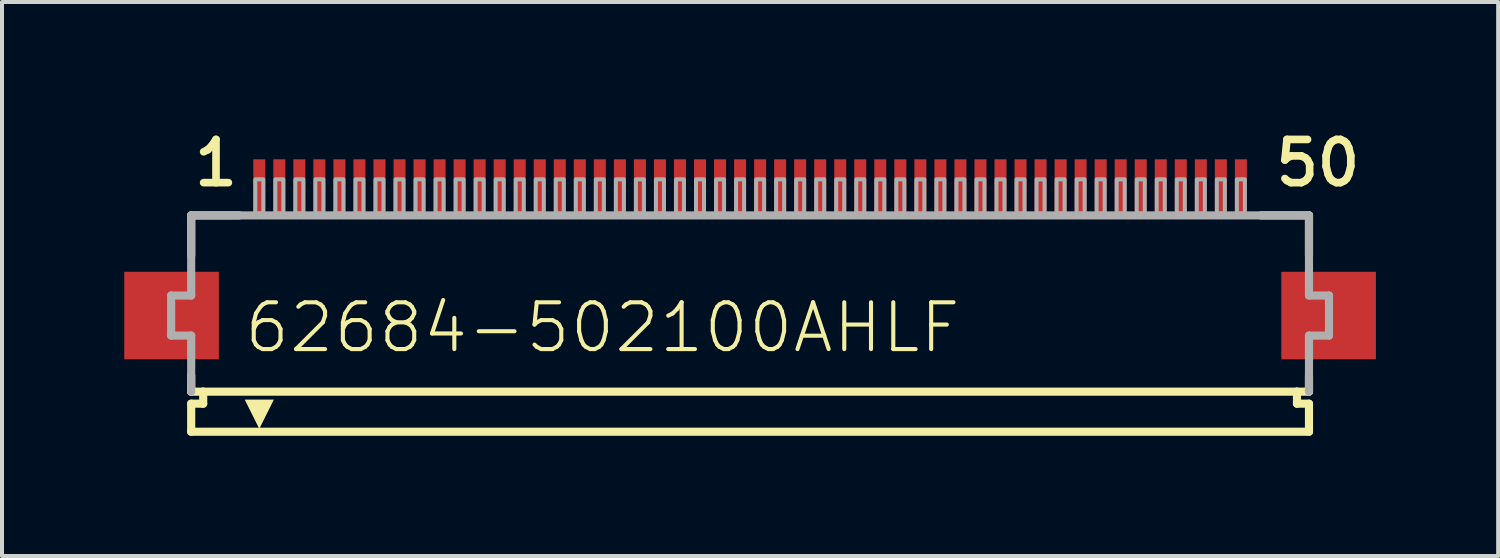
<source format=kicad_pcb>
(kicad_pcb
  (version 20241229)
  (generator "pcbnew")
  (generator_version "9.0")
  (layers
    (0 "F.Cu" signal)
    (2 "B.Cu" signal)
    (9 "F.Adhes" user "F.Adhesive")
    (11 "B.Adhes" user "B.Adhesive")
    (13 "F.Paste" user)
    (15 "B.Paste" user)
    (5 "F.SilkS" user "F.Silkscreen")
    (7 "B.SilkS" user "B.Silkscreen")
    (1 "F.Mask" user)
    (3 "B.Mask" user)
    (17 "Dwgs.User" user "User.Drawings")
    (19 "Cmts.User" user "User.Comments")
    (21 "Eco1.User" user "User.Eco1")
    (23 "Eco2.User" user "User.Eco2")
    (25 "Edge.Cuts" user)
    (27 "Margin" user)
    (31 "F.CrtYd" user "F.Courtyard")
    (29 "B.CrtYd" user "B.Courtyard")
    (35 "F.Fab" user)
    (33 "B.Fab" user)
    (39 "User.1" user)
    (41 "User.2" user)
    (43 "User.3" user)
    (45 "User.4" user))
  (footprint "62684-502100AHLF"
    (layer "F.Cu")
    (at 15.672 4.826)
    (property "Reference" "62684-502100AHLF" (at -12.678 0.985 0) (unlocked yes) (layer "F.SilkS") (effects (font (size 1.168 1.168) (thickness 0.102)) (justify left bottom)))
    (fp_poly (pts (xy -15.621 1.092) (xy -13.259 1.092) (xy -13.259 -1.092) (xy -15.621 -1.092)) (stroke (width 0) (type default)) (fill yes) (layer "F.Cu"))
    (fp_poly (pts (xy 15.621 -1.092) (xy 13.259 -1.092) (xy 13.259 1.092) (xy 15.621 1.092)) (stroke (width 0) (type default)) (fill yes) (layer "F.Cu"))
    (fp_poly (pts (xy -15.672 1.168) (xy -13.208 1.168) (xy -13.208 -1.168) (xy -15.672 -1.168)) (stroke (width 0) (type default)) (fill yes) (layer "F.Mask"))
    (fp_poly (pts (xy -12.45 -2.55) (xy -12.05 -2.55) (xy -12.05 -3.95) (xy -12.45 -3.95)) (stroke (width 0) (type default)) (fill yes) (layer "F.Mask"))
    (fp_poly (pts (xy -11.95 -2.55) (xy -11.55 -2.55) (xy -11.55 -3.95) (xy -11.95 -3.95)) (stroke (width 0) (type default)) (fill yes) (layer "F.Mask"))
    (fp_poly (pts (xy -11.45 -2.55) (xy -11.05 -2.55) (xy -11.05 -3.95) (xy -11.45 -3.95)) (stroke (width 0) (type default)) (fill yes) (layer "F.Mask"))
    (fp_poly (pts (xy -10.95 -2.55) (xy -10.55 -2.55) (xy -10.55 -3.95) (xy -10.95 -3.95)) (stroke (width 0) (type default)) (fill yes) (layer "F.Mask"))
    (fp_poly (pts (xy -10.45 -2.55) (xy -10.05 -2.55) (xy -10.05 -3.95) (xy -10.45 -3.95)) (stroke (width 0) (type default)) (fill yes) (layer "F.Mask"))
    (fp_poly (pts (xy -9.95 -2.55) (xy -9.55 -2.55) (xy -9.55 -3.95) (xy -9.95 -3.95)) (stroke (width 0) (type default)) (fill yes) (layer "F.Mask"))
    (fp_poly (pts (xy -9.45 -2.55) (xy -9.05 -2.55) (xy -9.05 -3.95) (xy -9.45 -3.95)) (stroke (width 0) (type default)) (fill yes) (layer "F.Mask"))
    (fp_poly (pts (xy -8.95 -2.55) (xy -8.55 -2.55) (xy -8.55 -3.95) (xy -8.95 -3.95)) (stroke (width 0) (type default)) (fill yes) (layer "F.Mask"))
    (fp_poly (pts (xy -8.45 -2.55) (xy -8.05 -2.55) (xy -8.05 -3.95) (xy -8.45 -3.95)) (stroke (width 0) (type default)) (fill yes) (layer "F.Mask"))
    (fp_poly (pts (xy -7.95 -2.55) (xy -7.55 -2.55) (xy -7.55 -3.95) (xy -7.95 -3.95)) (stroke (width 0) (type default)) (fill yes) (layer "F.Mask"))
    (fp_poly (pts (xy -7.45 -2.55) (xy -7.05 -2.55) (xy -7.05 -3.95) (xy -7.45 -3.95)) (stroke (width 0) (type default)) (fill yes) (layer "F.Mask"))
    (fp_poly (pts (xy -6.95 -2.55) (xy -6.55 -2.55) (xy -6.55 -3.95) (xy -6.95 -3.95)) (stroke (width 0) (type default)) (fill yes) (layer "F.Mask"))
    (fp_poly (pts (xy -6.45 -2.55) (xy -6.05 -2.55) (xy -6.05 -3.95) (xy -6.45 -3.95)) (stroke (width 0) (type default)) (fill yes) (layer "F.Mask"))
    (fp_poly (pts (xy -5.95 -2.55) (xy -5.55 -2.55) (xy -5.55 -3.95) (xy -5.95 -3.95)) (stroke (width 0) (type default)) (fill yes) (layer "F.Mask"))
    (fp_poly (pts (xy -5.45 -2.55) (xy -5.05 -2.55) (xy -5.05 -3.95) (xy -5.45 -3.95)) (stroke (width 0) (type default)) (fill yes) (layer "F.Mask"))
    (fp_poly (pts (xy -4.95 -2.55) (xy -4.55 -2.55) (xy -4.55 -3.95) (xy -4.95 -3.95)) (stroke (width 0) (type default)) (fill yes) (layer "F.Mask"))
    (fp_poly (pts (xy -4.45 -2.55) (xy -4.05 -2.55) (xy -4.05 -3.95) (xy -4.45 -3.95)) (stroke (width 0) (type default)) (fill yes) (layer "F.Mask"))
    (fp_poly (pts (xy -3.95 -2.55) (xy -3.55 -2.55) (xy -3.55 -3.95) (xy -3.95 -3.95)) (stroke (width 0) (type default)) (fill yes) (layer "F.Mask"))
    (fp_poly (pts (xy -3.45 -2.55) (xy -3.05 -2.55) (xy -3.05 -3.95) (xy -3.45 -3.95)) (stroke (width 0) (type default)) (fill yes) (layer "F.Mask"))
    (fp_poly (pts (xy -2.95 -2.55) (xy -2.55 -2.55) (xy -2.55 -3.95) (xy -2.95 -3.95)) (stroke (width 0) (type default)) (fill yes) (layer "F.Mask"))
    (fp_poly (pts (xy -2.45 -2.55) (xy -2.05 -2.55) (xy -2.05 -3.95) (xy -2.45 -3.95)) (stroke (width 0) (type default)) (fill yes) (layer "F.Mask"))
    (fp_poly (pts (xy -1.95 -2.55) (xy -1.55 -2.55) (xy -1.55 -3.95) (xy -1.95 -3.95)) (stroke (width 0) (type default)) (fill yes) (layer "F.Mask"))
    (fp_poly (pts (xy -1.45 -2.55) (xy -1.05 -2.55) (xy -1.05 -3.95) (xy -1.45 -3.95)) (stroke (width 0) (type default)) (fill yes) (layer "F.Mask"))
    (fp_poly (pts (xy -0.95 -2.55) (xy -0.55 -2.55) (xy -0.55 -3.95) (xy -0.95 -3.95)) (stroke (width 0) (type default)) (fill yes) (layer "F.Mask"))
    (fp_poly (pts (xy -0.45 -2.55) (xy -0.05 -2.55) (xy -0.05 -3.95) (xy -0.45 -3.95)) (stroke (width 0) (type default)) (fill yes) (layer "F.Mask"))
    (fp_poly (pts (xy 0.05 -2.55) (xy 0.45 -2.55) (xy 0.45 -3.95) (xy 0.05 -3.95)) (stroke (width 0) (type default)) (fill yes) (layer "F.Mask"))
    (fp_poly (pts (xy 0.55 -2.55) (xy 0.95 -2.55) (xy 0.95 -3.95) (xy 0.55 -3.95)) (stroke (width 0) (type default)) (fill yes) (layer "F.Mask"))
    (fp_poly (pts (xy 1.05 -2.55) (xy 1.45 -2.55) (xy 1.45 -3.95) (xy 1.05 -3.95)) (stroke (width 0) (type default)) (fill yes) (layer "F.Mask"))
    (fp_poly (pts (xy 1.55 -2.55) (xy 1.95 -2.55) (xy 1.95 -3.95) (xy 1.55 -3.95)) (stroke (width 0) (type default)) (fill yes) (layer "F.Mask"))
    (fp_poly (pts (xy 2.05 -2.55) (xy 2.45 -2.55) (xy 2.45 -3.95) (xy 2.05 -3.95)) (stroke (width 0) (type default)) (fill yes) (layer "F.Mask"))
    (fp_poly (pts (xy 2.55 -2.55) (xy 2.95 -2.55) (xy 2.95 -3.95) (xy 2.55 -3.95)) (stroke (width 0) (type default)) (fill yes) (layer "F.Mask"))
    (fp_poly (pts (xy 3.05 -2.55) (xy 3.45 -2.55) (xy 3.45 -3.95) (xy 3.05 -3.95)) (stroke (width 0) (type default)) (fill yes) (layer "F.Mask"))
    (fp_poly (pts (xy 3.55 -2.55) (xy 3.95 -2.55) (xy 3.95 -3.95) (xy 3.55 -3.95)) (stroke (width 0) (type default)) (fill yes) (layer "F.Mask"))
    (fp_poly (pts (xy 4.05 -2.55) (xy 4.45 -2.55) (xy 4.45 -3.95) (xy 4.05 -3.95)) (stroke (width 0) (type default)) (fill yes) (layer "F.Mask"))
    (fp_poly (pts (xy 4.55 -2.55) (xy 4.95 -2.55) (xy 4.95 -3.95) (xy 4.55 -3.95)) (stroke (width 0) (type default)) (fill yes) (layer "F.Mask"))
    (fp_poly (pts (xy 5.05 -2.55) (xy 5.45 -2.55) (xy 5.45 -3.95) (xy 5.05 -3.95)) (stroke (width 0) (type default)) (fill yes) (layer "F.Mask"))
    (fp_poly (pts (xy 5.55 -2.55) (xy 5.95 -2.55) (xy 5.95 -3.95) (xy 5.55 -3.95)) (stroke (width 0) (type default)) (fill yes) (layer "F.Mask"))
    (fp_poly (pts (xy 6.05 -2.55) (xy 6.45 -2.55) (xy 6.45 -3.95) (xy 6.05 -3.95)) (stroke (width 0) (type default)) (fill yes) (layer "F.Mask"))
    (fp_poly (pts (xy 6.55 -2.55) (xy 6.95 -2.55) (xy 6.95 -3.95) (xy 6.55 -3.95)) (stroke (width 0) (type default)) (fill yes) (layer "F.Mask"))
    (fp_poly (pts (xy 7.05 -2.55) (xy 7.45 -2.55) (xy 7.45 -3.95) (xy 7.05 -3.95)) (stroke (width 0) (type default)) (fill yes) (layer "F.Mask"))
    (fp_poly (pts (xy 7.55 -2.55) (xy 7.95 -2.55) (xy 7.95 -3.95) (xy 7.55 -3.95)) (stroke (width 0) (type default)) (fill yes) (layer "F.Mask"))
    (fp_poly (pts (xy 8.05 -2.55) (xy 8.45 -2.55) (xy 8.45 -3.95) (xy 8.05 -3.95)) (stroke (width 0) (type default)) (fill yes) (layer "F.Mask"))
    (fp_poly (pts (xy 8.55 -2.55) (xy 8.95 -2.55) (xy 8.95 -3.95) (xy 8.55 -3.95)) (stroke (width 0) (type default)) (fill yes) (layer "F.Mask"))
    (fp_poly (pts (xy 9.05 -2.55) (xy 9.45 -2.55) (xy 9.45 -3.95) (xy 9.05 -3.95)) (stroke (width 0) (type default)) (fill yes) (layer "F.Mask"))
    (fp_poly (pts (xy 9.55 -2.55) (xy 9.95 -2.55) (xy 9.95 -3.95) (xy 9.55 -3.95)) (stroke (width 0) (type default)) (fill yes) (layer "F.Mask"))
    (fp_poly (pts (xy 10.05 -2.55) (xy 10.45 -2.55) (xy 10.45 -3.95) (xy 10.05 -3.95)) (stroke (width 0) (type default)) (fill yes) (layer "F.Mask"))
    (fp_poly (pts (xy 10.55 -2.55) (xy 10.95 -2.55) (xy 10.95 -3.95) (xy 10.55 -3.95)) (stroke (width 0) (type default)) (fill yes) (layer "F.Mask"))
    (fp_poly (pts (xy 11.05 -2.55) (xy 11.45 -2.55) (xy 11.45 -3.95) (xy 11.05 -3.95)) (stroke (width 0) (type default)) (fill yes) (layer "F.Mask"))
    (fp_poly (pts (xy 11.55 -2.55) (xy 11.95 -2.55) (xy 11.95 -3.95) (xy 11.55 -3.95)) (stroke (width 0) (type default)) (fill yes) (layer "F.Mask"))
    (fp_poly (pts (xy 12.05 -2.55) (xy 12.45 -2.55) (xy 12.45 -3.95) (xy 12.05 -3.95)) (stroke (width 0) (type default)) (fill yes) (layer "F.Mask"))
    (fp_poly (pts (xy 15.672 -1.168) (xy 13.208 -1.168) (xy 13.208 1.168) (xy 15.672 1.168)) (stroke (width 0) (type default)) (fill yes) (layer "F.Mask"))
    (fp_line (start -13.95 -2.5) (end -13.95 -1.5) (stroke (width 0.203) (type solid)) (layer "F.SilkS"))
    (fp_line (start -13.95 1.5) (end -13.95 1.9) (stroke (width 0.203) (type solid)) (layer "F.SilkS"))
    (fp_line (start -13.95 1.9) (end -13.65 1.9) (stroke (width 0.203) (type solid)) (layer "F.SilkS"))
    (fp_line (start -13.95 2.2) (end -13.95 2.9) (stroke (width 0.203) (type solid)) (layer "F.SilkS"))
    (fp_line (start -13.65 1.9) (end -13.65 2.2) (stroke (width 0.203) (type solid)) (layer "F.SilkS"))
    (fp_line (start -13.65 2.2) (end -13.95 2.2) (stroke (width 0.203) (type solid)) (layer "F.SilkS"))
    (fp_line (start -12.75 -2.5) (end -13.95 -2.5) (stroke (width 0.203) (type solid)) (layer "F.SilkS"))
    (fp_line (start 13.65 1.9) (end -13.65 1.9) (stroke (width 0.203) (type solid)) (layer "F.SilkS"))
    (fp_line (start 13.65 1.9) (end 13.95 1.9) (stroke (width 0.203) (type solid)) (layer "F.SilkS"))
    (fp_line (start 13.65 2.2) (end 13.65 1.9) (stroke (width 0.203) (type solid)) (layer "F.SilkS"))
    (fp_line (start 13.95 -2.5) (end 12.75 -2.5) (stroke (width 0.203) (type solid)) (layer "F.SilkS"))
    (fp_line (start 13.95 -1.5) (end 13.95 -2.5) (stroke (width 0.203) (type solid)) (layer "F.SilkS"))
    (fp_line (start 13.95 1.9) (end 13.95 1.5) (stroke (width 0.203) (type solid)) (layer "F.SilkS"))
    (fp_line (start 13.95 2.2) (end 13.65 2.2) (stroke (width 0.203) (type solid)) (layer "F.SilkS"))
    (fp_line (start 13.95 2.9) (end -13.95 2.9) (stroke (width 0.203) (type solid)) (layer "F.SilkS"))
    (fp_line (start 13.95 2.9) (end 13.95 2.2) (stroke (width 0.203) (type solid)) (layer "F.SilkS"))
    (fp_poly (pts (xy -12.25 2.827) (xy -12.614 2.098) (xy -11.886 2.098)) (stroke (width 0) (type default)) (fill yes) (layer "F.SilkS"))
    (fp_poly (pts (xy -13.325 -1.025) (xy -14.975 -1.025) (xy -14.975 1.025) (xy -13.325 1.025)) (stroke (width 0) (type default)) (fill yes) (layer "F.Paste"))
    (fp_poly (pts (xy -12.375 -2.625) (xy -12.125 -2.625) (xy -12.125 -3.875) (xy -12.375 -3.875)) (stroke (width 0) (type default)) (fill yes) (layer "F.Paste"))
    (fp_poly (pts (xy -11.875 -2.625) (xy -11.625 -2.625) (xy -11.625 -3.875) (xy -11.875 -3.875)) (stroke (width 0) (type default)) (fill yes) (layer "F.Paste"))
    (fp_poly (pts (xy -11.375 -2.625) (xy -11.125 -2.625) (xy -11.125 -3.875) (xy -11.375 -3.875)) (stroke (width 0) (type default)) (fill yes) (layer "F.Paste"))
    (fp_poly (pts (xy -10.875 -2.625) (xy -10.625 -2.625) (xy -10.625 -3.875) (xy -10.875 -3.875)) (stroke (width 0) (type default)) (fill yes) (layer "F.Paste"))
    (fp_poly (pts (xy -10.375 -2.625) (xy -10.125 -2.625) (xy -10.125 -3.875) (xy -10.375 -3.875)) (stroke (width 0) (type default)) (fill yes) (layer "F.Paste"))
    (fp_poly (pts (xy -9.875 -2.625) (xy -9.625 -2.625) (xy -9.625 -3.875) (xy -9.875 -3.875)) (stroke (width 0) (type default)) (fill yes) (layer "F.Paste"))
    (fp_poly (pts (xy -9.375 -2.625) (xy -9.125 -2.625) (xy -9.125 -3.875) (xy -9.375 -3.875)) (stroke (width 0) (type default)) (fill yes) (layer "F.Paste"))
    (fp_poly (pts (xy -8.875 -2.625) (xy -8.625 -2.625) (xy -8.625 -3.875) (xy -8.875 -3.875)) (stroke (width 0) (type default)) (fill yes) (layer "F.Paste"))
    (fp_poly (pts (xy -8.375 -2.625) (xy -8.125 -2.625) (xy -8.125 -3.875) (xy -8.375 -3.875)) (stroke (width 0) (type default)) (fill yes) (layer "F.Paste"))
    (fp_poly (pts (xy -7.875 -2.625) (xy -7.625 -2.625) (xy -7.625 -3.875) (xy -7.875 -3.875)) (stroke (width 0) (type default)) (fill yes) (layer "F.Paste"))
    (fp_poly (pts (xy -7.375 -2.625) (xy -7.125 -2.625) (xy -7.125 -3.875) (xy -7.375 -3.875)) (stroke (width 0) (type default)) (fill yes) (layer "F.Paste"))
    (fp_poly (pts (xy -6.875 -2.625) (xy -6.625 -2.625) (xy -6.625 -3.875) (xy -6.875 -3.875)) (stroke (width 0) (type default)) (fill yes) (layer "F.Paste"))
    (fp_poly (pts (xy -6.375 -2.625) (xy -6.125 -2.625) (xy -6.125 -3.875) (xy -6.375 -3.875)) (stroke (width 0) (type default)) (fill yes) (layer "F.Paste"))
    (fp_poly (pts (xy -5.875 -2.625) (xy -5.625 -2.625) (xy -5.625 -3.875) (xy -5.875 -3.875)) (stroke (width 0) (type default)) (fill yes) (layer "F.Paste"))
    (fp_poly (pts (xy -5.375 -2.625) (xy -5.125 -2.625) (xy -5.125 -3.875) (xy -5.375 -3.875)) (stroke (width 0) (type default)) (fill yes) (layer "F.Paste"))
    (fp_poly (pts (xy -4.875 -2.625) (xy -4.625 -2.625) (xy -4.625 -3.875) (xy -4.875 -3.875)) (stroke (width 0) (type default)) (fill yes) (layer "F.Paste"))
    (fp_poly (pts (xy -4.375 -2.625) (xy -4.125 -2.625) (xy -4.125 -3.875) (xy -4.375 -3.875)) (stroke (width 0) (type default)) (fill yes) (layer "F.Paste"))
    (fp_poly (pts (xy -3.875 -2.625) (xy -3.625 -2.625) (xy -3.625 -3.875) (xy -3.875 -3.875)) (stroke (width 0) (type default)) (fill yes) (layer "F.Paste"))
    (fp_poly (pts (xy -3.375 -2.625) (xy -3.125 -2.625) (xy -3.125 -3.875) (xy -3.375 -3.875)) (stroke (width 0) (type default)) (fill yes) (layer "F.Paste"))
    (fp_poly (pts (xy -2.875 -2.625) (xy -2.625 -2.625) (xy -2.625 -3.875) (xy -2.875 -3.875)) (stroke (width 0) (type default)) (fill yes) (layer "F.Paste"))
    (fp_poly (pts (xy -2.375 -2.625) (xy -2.125 -2.625) (xy -2.125 -3.875) (xy -2.375 -3.875)) (stroke (width 0) (type default)) (fill yes) (layer "F.Paste"))
    (fp_poly (pts (xy -1.875 -2.625) (xy -1.625 -2.625) (xy -1.625 -3.875) (xy -1.875 -3.875)) (stroke (width 0) (type default)) (fill yes) (layer "F.Paste"))
    (fp_poly (pts (xy -1.375 -2.625) (xy -1.125 -2.625) (xy -1.125 -3.875) (xy -1.375 -3.875)) (stroke (width 0) (type default)) (fill yes) (layer "F.Paste"))
    (fp_poly (pts (xy -0.875 -2.625) (xy -0.625 -2.625) (xy -0.625 -3.875) (xy -0.875 -3.875)) (stroke (width 0) (type default)) (fill yes) (layer "F.Paste"))
    (fp_poly (pts (xy -0.375 -2.625) (xy -0.125 -2.625) (xy -0.125 -3.875) (xy -0.375 -3.875)) (stroke (width 0) (type default)) (fill yes) (layer "F.Paste"))
    (fp_poly (pts (xy 0.125 -2.625) (xy 0.375 -2.625) (xy 0.375 -3.875) (xy 0.125 -3.875)) (stroke (width 0) (type default)) (fill yes) (layer "F.Paste"))
    (fp_poly (pts (xy 0.625 -2.625) (xy 0.875 -2.625) (xy 0.875 -3.875) (xy 0.625 -3.875)) (stroke (width 0) (type default)) (fill yes) (layer "F.Paste"))
    (fp_poly (pts (xy 1.125 -2.625) (xy 1.375 -2.625) (xy 1.375 -3.875) (xy 1.125 -3.875)) (stroke (width 0) (type default)) (fill yes) (layer "F.Paste"))
    (fp_poly (pts (xy 1.625 -2.625) (xy 1.875 -2.625) (xy 1.875 -3.875) (xy 1.625 -3.875)) (stroke (width 0) (type default)) (fill yes) (layer "F.Paste"))
    (fp_poly (pts (xy 2.125 -2.625) (xy 2.375 -2.625) (xy 2.375 -3.875) (xy 2.125 -3.875)) (stroke (width 0) (type default)) (fill yes) (layer "F.Paste"))
    (fp_poly (pts (xy 2.625 -2.625) (xy 2.875 -2.625) (xy 2.875 -3.875) (xy 2.625 -3.875)) (stroke (width 0) (type default)) (fill yes) (layer "F.Paste"))
    (fp_poly (pts (xy 3.125 -2.625) (xy 3.375 -2.625) (xy 3.375 -3.875) (xy 3.125 -3.875)) (stroke (width 0) (type default)) (fill yes) (layer "F.Paste"))
    (fp_poly (pts (xy 3.625 -2.625) (xy 3.875 -2.625) (xy 3.875 -3.875) (xy 3.625 -3.875)) (stroke (width 0) (type default)) (fill yes) (layer "F.Paste"))
    (fp_poly (pts (xy 4.125 -2.625) (xy 4.375 -2.625) (xy 4.375 -3.875) (xy 4.125 -3.875)) (stroke (width 0) (type default)) (fill yes) (layer "F.Paste"))
    (fp_poly (pts (xy 4.625 -2.625) (xy 4.875 -2.625) (xy 4.875 -3.875) (xy 4.625 -3.875)) (stroke (width 0) (type default)) (fill yes) (layer "F.Paste"))
    (fp_poly (pts (xy 5.125 -2.625) (xy 5.375 -2.625) (xy 5.375 -3.875) (xy 5.125 -3.875)) (stroke (width 0) (type default)) (fill yes) (layer "F.Paste"))
    (fp_poly (pts (xy 5.625 -2.625) (xy 5.875 -2.625) (xy 5.875 -3.875) (xy 5.625 -3.875)) (stroke (width 0) (type default)) (fill yes) (layer "F.Paste"))
    (fp_poly (pts (xy 6.125 -2.625) (xy 6.375 -2.625) (xy 6.375 -3.875) (xy 6.125 -3.875)) (stroke (width 0) (type default)) (fill yes) (layer "F.Paste"))
    (fp_poly (pts (xy 6.625 -2.625) (xy 6.875 -2.625) (xy 6.875 -3.875) (xy 6.625 -3.875)) (stroke (width 0) (type default)) (fill yes) (layer "F.Paste"))
    (fp_poly (pts (xy 7.125 -2.625) (xy 7.375 -2.625) (xy 7.375 -3.875) (xy 7.125 -3.875)) (stroke (width 0) (type default)) (fill yes) (layer "F.Paste"))
    (fp_poly (pts (xy 7.625 -2.625) (xy 7.875 -2.625) (xy 7.875 -3.875) (xy 7.625 -3.875)) (stroke (width 0) (type default)) (fill yes) (layer "F.Paste"))
    (fp_poly (pts (xy 8.125 -2.625) (xy 8.375 -2.625) (xy 8.375 -3.875) (xy 8.125 -3.875)) (stroke (width 0) (type default)) (fill yes) (layer "F.Paste"))
    (fp_poly (pts (xy 8.625 -2.625) (xy 8.875 -2.625) (xy 8.875 -3.875) (xy 8.625 -3.875)) (stroke (width 0) (type default)) (fill yes) (layer "F.Paste"))
    (fp_poly (pts (xy 9.125 -2.625) (xy 9.375 -2.625) (xy 9.375 -3.875) (xy 9.125 -3.875)) (stroke (width 0) (type default)) (fill yes) (layer "F.Paste"))
    (fp_poly (pts (xy 9.625 -2.625) (xy 9.875 -2.625) (xy 9.875 -3.875) (xy 9.625 -3.875)) (stroke (width 0) (type default)) (fill yes) (layer "F.Paste"))
    (fp_poly (pts (xy 10.125 -2.625) (xy 10.375 -2.625) (xy 10.375 -3.875) (xy 10.125 -3.875)) (stroke (width 0) (type default)) (fill yes) (layer "F.Paste"))
    (fp_poly (pts (xy 10.625 -2.625) (xy 10.875 -2.625) (xy 10.875 -3.875) (xy 10.625 -3.875)) (stroke (width 0) (type default)) (fill yes) (layer "F.Paste"))
    (fp_poly (pts (xy 11.125 -2.625) (xy 11.375 -2.625) (xy 11.375 -3.875) (xy 11.125 -3.875)) (stroke (width 0) (type default)) (fill yes) (layer "F.Paste"))
    (fp_poly (pts (xy 11.625 -2.625) (xy 11.875 -2.625) (xy 11.875 -3.875) (xy 11.625 -3.875)) (stroke (width 0) (type default)) (fill yes) (layer "F.Paste"))
    (fp_poly (pts (xy 12.125 -2.625) (xy 12.375 -2.625) (xy 12.375 -3.875) (xy 12.125 -3.875)) (stroke (width 0) (type default)) (fill yes) (layer "F.Paste"))
    (fp_poly (pts (xy 14.975 -1.025) (xy 13.325 -1.025) (xy 13.325 1.025) (xy 14.975 1.025)) (stroke (width 0) (type default)) (fill yes) (layer "F.Paste"))
    (fp_line (start -14.45 -0.5) (end -14.45 0.5) (stroke (width 0.203) (type solid)) (layer "F.Fab"))
    (fp_line (start -14.45 0.5) (end -13.95 0.5) (stroke (width 0.203) (type solid)) (layer "F.Fab"))
    (fp_line (start -13.95 -2.5) (end -13.95 -0.5) (stroke (width 0.203) (type solid)) (layer "F.Fab"))
    (fp_line (start -13.95 -0.5) (end -14.45 -0.5) (stroke (width 0.203) (type solid)) (layer "F.Fab"))
    (fp_line (start -13.95 0.5) (end -13.95 1.9) (stroke (width 0.203) (type solid)) (layer "F.Fab"))
    (fp_line (start 13.95 -2.5) (end -13.95 -2.5) (stroke (width 0.203) (type solid)) (layer "F.Fab"))
    (fp_line (start 13.95 -0.5) (end 13.95 -2.5) (stroke (width 0.203) (type solid)) (layer "F.Fab"))
    (fp_line (start 13.95 0.5) (end 14.45 0.5) (stroke (width 0.203) (type solid)) (layer "F.Fab"))
    (fp_line (start 13.95 1.9) (end 13.95 0.5) (stroke (width 0.203) (type solid)) (layer "F.Fab"))
    (fp_line (start 14.45 -0.5) (end 13.95 -0.5) (stroke (width 0.203) (type solid)) (layer "F.Fab"))
    (fp_line (start 14.45 0.5) (end 14.45 -0.5) (stroke (width 0.203) (type solid)) (layer "F.Fab"))
    (fp_poly (pts (xy -12.35 -2.55) (xy -12.15 -2.55) (xy -12.15 -3.4) (xy -12.35 -3.4)) (stroke (width 0.1) (type default)) (fill no) (layer "F.Fab"))
    (fp_poly (pts (xy -11.85 -2.55) (xy -11.65 -2.55) (xy -11.65 -3.4) (xy -11.85 -3.4)) (stroke (width 0.1) (type default)) (fill no) (layer "F.Fab"))
    (fp_poly (pts (xy -11.35 -2.55) (xy -11.15 -2.55) (xy -11.15 -3.4) (xy -11.35 -3.4)) (stroke (width 0.1) (type default)) (fill no) (layer "F.Fab"))
    (fp_poly (pts (xy -10.85 -2.55) (xy -10.65 -2.55) (xy -10.65 -3.4) (xy -10.85 -3.4)) (stroke (width 0.1) (type default)) (fill no) (layer "F.Fab"))
    (fp_poly (pts (xy -10.35 -2.55) (xy -10.15 -2.55) (xy -10.15 -3.4) (xy -10.35 -3.4)) (stroke (width 0.1) (type default)) (fill no) (layer "F.Fab"))
    (fp_poly (pts (xy -9.85 -2.55) (xy -9.65 -2.55) (xy -9.65 -3.4) (xy -9.85 -3.4)) (stroke (width 0.1) (type default)) (fill no) (layer "F.Fab"))
    (fp_poly (pts (xy -9.35 -2.55) (xy -9.15 -2.55) (xy -9.15 -3.4) (xy -9.35 -3.4)) (stroke (width 0.1) (type default)) (fill no) (layer "F.Fab"))
    (fp_poly (pts (xy -8.85 -2.55) (xy -8.65 -2.55) (xy -8.65 -3.4) (xy -8.85 -3.4)) (stroke (width 0.1) (type default)) (fill no) (layer "F.Fab"))
    (fp_poly (pts (xy -8.35 -2.55) (xy -8.15 -2.55) (xy -8.15 -3.4) (xy -8.35 -3.4)) (stroke (width 0.1) (type default)) (fill no) (layer "F.Fab"))
    (fp_poly (pts (xy -7.85 -2.55) (xy -7.65 -2.55) (xy -7.65 -3.4) (xy -7.85 -3.4)) (stroke (width 0.1) (type default)) (fill no) (layer "F.Fab"))
    (fp_poly (pts (xy -7.35 -2.55) (xy -7.15 -2.55) (xy -7.15 -3.4) (xy -7.35 -3.4)) (stroke (width 0.1) (type default)) (fill no) (layer "F.Fab"))
    (fp_poly (pts (xy -6.85 -2.55) (xy -6.65 -2.55) (xy -6.65 -3.4) (xy -6.85 -3.4)) (stroke (width 0.1) (type default)) (fill no) (layer "F.Fab"))
    (fp_poly (pts (xy -6.35 -2.55) (xy -6.15 -2.55) (xy -6.15 -3.4) (xy -6.35 -3.4)) (stroke (width 0.1) (type default)) (fill no) (layer "F.Fab"))
    (fp_poly (pts (xy -5.85 -2.55) (xy -5.65 -2.55) (xy -5.65 -3.4) (xy -5.85 -3.4)) (stroke (width 0.1) (type default)) (fill no) (layer "F.Fab"))
    (fp_poly (pts (xy -5.35 -2.55) (xy -5.15 -2.55) (xy -5.15 -3.4) (xy -5.35 -3.4)) (stroke (width 0.1) (type default)) (fill no) (layer "F.Fab"))
    (fp_poly (pts (xy -4.85 -2.55) (xy -4.65 -2.55) (xy -4.65 -3.4) (xy -4.85 -3.4)) (stroke (width 0.1) (type default)) (fill no) (layer "F.Fab"))
    (fp_poly (pts (xy -4.35 -2.55) (xy -4.15 -2.55) (xy -4.15 -3.4) (xy -4.35 -3.4)) (stroke (width 0.1) (type default)) (fill no) (layer "F.Fab"))
    (fp_poly (pts (xy -3.85 -2.55) (xy -3.65 -2.55) (xy -3.65 -3.4) (xy -3.85 -3.4)) (stroke (width 0.1) (type default)) (fill no) (layer "F.Fab"))
    (fp_poly (pts (xy -3.35 -2.55) (xy -3.15 -2.55) (xy -3.15 -3.4) (xy -3.35 -3.4)) (stroke (width 0.1) (type default)) (fill no) (layer "F.Fab"))
    (fp_poly (pts (xy -2.85 -2.55) (xy -2.65 -2.55) (xy -2.65 -3.4) (xy -2.85 -3.4)) (stroke (width 0.1) (type default)) (fill no) (layer "F.Fab"))
    (fp_poly (pts (xy -2.35 -2.55) (xy -2.15 -2.55) (xy -2.15 -3.4) (xy -2.35 -3.4)) (stroke (width 0.1) (type default)) (fill no) (layer "F.Fab"))
    (fp_poly (pts (xy -1.85 -2.55) (xy -1.65 -2.55) (xy -1.65 -3.4) (xy -1.85 -3.4)) (stroke (width 0.1) (type default)) (fill no) (layer "F.Fab"))
    (fp_poly (pts (xy -1.35 -2.55) (xy -1.15 -2.55) (xy -1.15 -3.4) (xy -1.35 -3.4)) (stroke (width 0.1) (type default)) (fill no) (layer "F.Fab"))
    (fp_poly (pts (xy -0.85 -2.55) (xy -0.65 -2.55) (xy -0.65 -3.4) (xy -0.85 -3.4)) (stroke (width 0.1) (type default)) (fill no) (layer "F.Fab"))
    (fp_poly (pts (xy -0.35 -2.55) (xy -0.15 -2.55) (xy -0.15 -3.4) (xy -0.35 -3.4)) (stroke (width 0.1) (type default)) (fill no) (layer "F.Fab"))
    (fp_poly (pts (xy 0.15 -2.55) (xy 0.35 -2.55) (xy 0.35 -3.4) (xy 0.15 -3.4)) (stroke (width 0.1) (type default)) (fill no) (layer "F.Fab"))
    (fp_poly (pts (xy 0.65 -2.55) (xy 0.85 -2.55) (xy 0.85 -3.4) (xy 0.65 -3.4)) (stroke (width 0.1) (type default)) (fill no) (layer "F.Fab"))
    (fp_poly (pts (xy 1.15 -2.55) (xy 1.35 -2.55) (xy 1.35 -3.4) (xy 1.15 -3.4)) (stroke (width 0.1) (type default)) (fill no) (layer "F.Fab"))
    (fp_poly (pts (xy 1.65 -2.55) (xy 1.85 -2.55) (xy 1.85 -3.4) (xy 1.65 -3.4)) (stroke (width 0.1) (type default)) (fill no) (layer "F.Fab"))
    (fp_poly (pts (xy 2.15 -2.55) (xy 2.35 -2.55) (xy 2.35 -3.4) (xy 2.15 -3.4)) (stroke (width 0.1) (type default)) (fill no) (layer "F.Fab"))
    (fp_poly (pts (xy 2.65 -2.55) (xy 2.85 -2.55) (xy 2.85 -3.4) (xy 2.65 -3.4)) (stroke (width 0.1) (type default)) (fill no) (layer "F.Fab"))
    (fp_poly (pts (xy 3.15 -2.55) (xy 3.35 -2.55) (xy 3.35 -3.4) (xy 3.15 -3.4)) (stroke (width 0.1) (type default)) (fill no) (layer "F.Fab"))
    (fp_poly (pts (xy 3.65 -2.55) (xy 3.85 -2.55) (xy 3.85 -3.4) (xy 3.65 -3.4)) (stroke (width 0.1) (type default)) (fill no) (layer "F.Fab"))
    (fp_poly (pts (xy 4.15 -2.55) (xy 4.35 -2.55) (xy 4.35 -3.4) (xy 4.15 -3.4)) (stroke (width 0.1) (type default)) (fill no) (layer "F.Fab"))
    (fp_poly (pts (xy 4.65 -2.55) (xy 4.85 -2.55) (xy 4.85 -3.4) (xy 4.65 -3.4)) (stroke (width 0.1) (type default)) (fill no) (layer "F.Fab"))
    (fp_poly (pts (xy 5.15 -2.55) (xy 5.35 -2.55) (xy 5.35 -3.4) (xy 5.15 -3.4)) (stroke (width 0.1) (type default)) (fill no) (layer "F.Fab"))
    (fp_poly (pts (xy 5.65 -2.55) (xy 5.85 -2.55) (xy 5.85 -3.4) (xy 5.65 -3.4)) (stroke (width 0.1) (type default)) (fill no) (layer "F.Fab"))
    (fp_poly (pts (xy 6.15 -2.55) (xy 6.35 -2.55) (xy 6.35 -3.4) (xy 6.15 -3.4)) (stroke (width 0.1) (type default)) (fill no) (layer "F.Fab"))
    (fp_poly (pts (xy 6.65 -2.55) (xy 6.85 -2.55) (xy 6.85 -3.4) (xy 6.65 -3.4)) (stroke (width 0.1) (type default)) (fill no) (layer "F.Fab"))
    (fp_poly (pts (xy 7.15 -2.55) (xy 7.35 -2.55) (xy 7.35 -3.4) (xy 7.15 -3.4)) (stroke (width 0.1) (type default)) (fill no) (layer "F.Fab"))
    (fp_poly (pts (xy 7.65 -2.55) (xy 7.85 -2.55) (xy 7.85 -3.4) (xy 7.65 -3.4)) (stroke (width 0.1) (type default)) (fill no) (layer "F.Fab"))
    (fp_poly (pts (xy 8.15 -2.55) (xy 8.35 -2.55) (xy 8.35 -3.4) (xy 8.15 -3.4)) (stroke (width 0.1) (type default)) (fill no) (layer "F.Fab"))
    (fp_poly (pts (xy 8.65 -2.55) (xy 8.85 -2.55) (xy 8.85 -3.4) (xy 8.65 -3.4)) (stroke (width 0.1) (type default)) (fill no) (layer "F.Fab"))
    (fp_poly (pts (xy 9.15 -2.55) (xy 9.35 -2.55) (xy 9.35 -3.4) (xy 9.15 -3.4)) (stroke (width 0.1) (type default)) (fill no) (layer "F.Fab"))
    (fp_poly (pts (xy 9.65 -2.55) (xy 9.85 -2.55) (xy 9.85 -3.4) (xy 9.65 -3.4)) (stroke (width 0.1) (type default)) (fill no) (layer "F.Fab"))
    (fp_poly (pts (xy 10.15 -2.55) (xy 10.35 -2.55) (xy 10.35 -3.4) (xy 10.15 -3.4)) (stroke (width 0.1) (type default)) (fill no) (layer "F.Fab"))
    (fp_poly (pts (xy 10.65 -2.55) (xy 10.85 -2.55) (xy 10.85 -3.4) (xy 10.65 -3.4)) (stroke (width 0.1) (type default)) (fill no) (layer "F.Fab"))
    (fp_poly (pts (xy 11.15 -2.55) (xy 11.35 -2.55) (xy 11.35 -3.4) (xy 11.15 -3.4)) (stroke (width 0.1) (type default)) (fill no) (layer "F.Fab"))
    (fp_poly (pts (xy 11.65 -2.55) (xy 11.85 -2.55) (xy 11.85 -3.4) (xy 11.65 -3.4)) (stroke (width 0.1) (type default)) (fill no) (layer "F.Fab"))
    (fp_poly (pts (xy 12.15 -2.55) (xy 12.35 -2.55) (xy 12.35 -3.4) (xy 12.15 -3.4)) (stroke (width 0.1) (type default)) (fill no) (layer "F.Fab"))
    (fp_text user "50" (at 13.018 -3.175 0) (layer "F.SilkS") (effects (font (size 1.079 1.079) (thickness 0.191)) (justify left bottom)))
    (fp_text user "1" (at -13.97 -3.175 0) (layer "F.SilkS") (effects (font (size 1.079 1.079) (thickness 0.191)) (justify left bottom)))
    (pad "1" smd rect (at -12.25 -3.25) (size 0.3 1.3) (layers "F.Cu"))
    (pad "2" smd rect (at -11.75 -3.25) (size 0.3 1.3) (layers "F.Cu"))
    (pad "3" smd rect (at -11.25 -3.25) (size 0.3 1.3) (layers "F.Cu"))
    (pad "4" smd rect (at -10.75 -3.25) (size 0.3 1.3) (layers "F.Cu"))
    (pad "5" smd rect (at -10.25 -3.25) (size 0.3 1.3) (layers "F.Cu"))
    (pad "6" smd rect (at -9.75 -3.25) (size 0.3 1.3) (layers "F.Cu"))
    (pad "7" smd rect (at -9.25 -3.25) (size 0.3 1.3) (layers "F.Cu"))
    (pad "8" smd rect (at -8.75 -3.25) (size 0.3 1.3) (layers "F.Cu"))
    (pad "9" smd rect (at -8.25 -3.25) (size 0.3 1.3) (layers "F.Cu"))
    (pad "10" smd rect (at -7.75 -3.25) (size 0.3 1.3) (layers "F.Cu"))
    (pad "11" smd rect (at -7.25 -3.25) (size 0.3 1.3) (layers "F.Cu"))
    (pad "12" smd rect (at -6.75 -3.25) (size 0.3 1.3) (layers "F.Cu"))
    (pad "13" smd rect (at -6.25 -3.25) (size 0.3 1.3) (layers "F.Cu"))
    (pad "14" smd rect (at -5.75 -3.25) (size 0.3 1.3) (layers "F.Cu"))
    (pad "15" smd rect (at -5.25 -3.25) (size 0.3 1.3) (layers "F.Cu"))
    (pad "16" smd rect (at -4.75 -3.25) (size 0.3 1.3) (layers "F.Cu"))
    (pad "17" smd rect (at -4.25 -3.25) (size 0.3 1.3) (layers "F.Cu"))
    (pad "18" smd rect (at -3.75 -3.25) (size 0.3 1.3) (layers "F.Cu"))
    (pad "19" smd rect (at -3.25 -3.25) (size 0.3 1.3) (layers "F.Cu"))
    (pad "20" smd rect (at -2.75 -3.25) (size 0.3 1.3) (layers "F.Cu"))
    (pad "21" smd rect (at -2.25 -3.25) (size 0.3 1.3) (layers "F.Cu"))
    (pad "22" smd rect (at -1.75 -3.25) (size 0.3 1.3) (layers "F.Cu"))
    (pad "23" smd rect (at -1.25 -3.25) (size 0.3 1.3) (layers "F.Cu"))
    (pad "24" smd rect (at -0.75 -3.25) (size 0.3 1.3) (layers "F.Cu"))
    (pad "25" smd rect (at -0.25 -3.25) (size 0.3 1.3) (layers "F.Cu"))
    (pad "26" smd rect (at 0.25 -3.25) (size 0.3 1.3) (layers "F.Cu"))
    (pad "27" smd rect (at 0.75 -3.25) (size 0.3 1.3) (layers "F.Cu"))
    (pad "28" smd rect (at 1.25 -3.25) (size 0.3 1.3) (layers "F.Cu"))
    (pad "29" smd rect (at 1.75 -3.25) (size 0.3 1.3) (layers "F.Cu"))
    (pad "30" smd rect (at 2.25 -3.25) (size 0.3 1.3) (layers "F.Cu"))
    (pad "31" smd rect (at 2.75 -3.25) (size 0.3 1.3) (layers "F.Cu"))
    (pad "32" smd rect (at 3.25 -3.25) (size 0.3 1.3) (layers "F.Cu"))
    (pad "33" smd rect (at 3.75 -3.25) (size 0.3 1.3) (layers "F.Cu"))
    (pad "34" smd rect (at 4.25 -3.25) (size 0.3 1.3) (layers "F.Cu"))
    (pad "35" smd rect (at 4.75 -3.25) (size 0.3 1.3) (layers "F.Cu"))
    (pad "36" smd rect (at 5.25 -3.25) (size 0.3 1.3) (layers "F.Cu"))
    (pad "37" smd rect (at 5.75 -3.25) (size 0.3 1.3) (layers "F.Cu"))
    (pad "38" smd rect (at 6.25 -3.25) (size 0.3 1.3) (layers "F.Cu"))
    (pad "39" smd rect (at 6.75 -3.25) (size 0.3 1.3) (layers "F.Cu"))
    (pad "40" smd rect (at 7.25 -3.25) (size 0.3 1.3) (layers "F.Cu"))
    (pad "41" smd rect (at 7.75 -3.25) (size 0.3 1.3) (layers "F.Cu"))
    (pad "42" smd rect (at 8.25 -3.25) (size 0.3 1.3) (layers "F.Cu"))
    (pad "43" smd rect (at 8.75 -3.25) (size 0.3 1.3) (layers "F.Cu"))
    (pad "44" smd rect (at 9.25 -3.25) (size 0.3 1.3) (layers "F.Cu"))
    (pad "45" smd rect (at 9.75 -3.25) (size 0.3 1.3) (layers "F.Cu"))
    (pad "46" smd rect (at 10.25 -3.25) (size 0.3 1.3) (layers "F.Cu"))
    (pad "47" smd rect (at 10.75 -3.25) (size 0.3 1.3) (layers "F.Cu"))
    (pad "48" smd rect (at 11.25 -3.25) (size 0.3 1.3) (layers "F.Cu"))
    (pad "49" smd rect (at 11.75 -3.25) (size 0.3 1.3) (layers "F.Cu"))
    (pad "50" smd rect (at 12.25 -3.25) (size 0.3 1.3) (layers "F.Cu")))
  (gr_rect
    (start -3 -3)
    (end 34.344 10.828)
    (stroke (width 0.1) (type default))
    (fill no)
    (layer "Edge.Cuts")))
</source>
